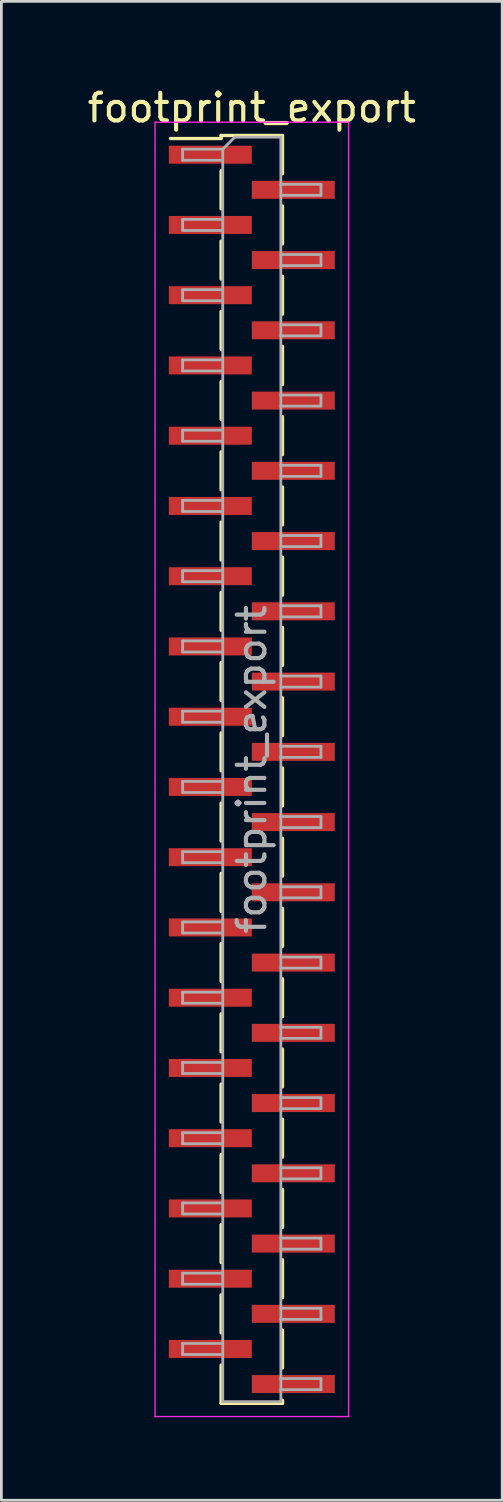
<source format=kicad_pcb>
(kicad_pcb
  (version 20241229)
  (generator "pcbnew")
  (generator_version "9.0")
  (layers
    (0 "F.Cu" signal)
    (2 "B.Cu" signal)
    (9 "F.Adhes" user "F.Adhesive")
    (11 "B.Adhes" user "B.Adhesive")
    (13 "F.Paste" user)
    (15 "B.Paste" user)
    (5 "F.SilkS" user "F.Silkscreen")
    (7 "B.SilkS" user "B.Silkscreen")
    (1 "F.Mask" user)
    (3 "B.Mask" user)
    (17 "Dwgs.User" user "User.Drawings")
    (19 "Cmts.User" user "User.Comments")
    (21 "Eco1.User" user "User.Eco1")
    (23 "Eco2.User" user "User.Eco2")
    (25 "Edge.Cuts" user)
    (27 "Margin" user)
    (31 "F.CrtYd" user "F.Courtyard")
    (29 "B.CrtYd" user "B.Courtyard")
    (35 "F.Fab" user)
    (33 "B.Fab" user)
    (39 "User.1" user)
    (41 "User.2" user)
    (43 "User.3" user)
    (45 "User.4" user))
  (footprint "footprint_export"
    (layer "F.Cu")
    (at 6.054 24.768)
    (property "Reference" "footprint_export" (at 0 -23.92 0) (layer "F.SilkS") (effects (font (size 1 1) (thickness 0.15))))
    (attr smd)
    (fp_line (start -1.11 -22.92) (end -1.11 -22.81) (stroke (width 0.12) (type solid)) (layer "F.SilkS"))
    (fp_line (start -1.11 -22.92) (end 1.11 -22.92) (stroke (width 0.12) (type solid)) (layer "F.SilkS"))
    (fp_line (start -1.11 -22.81) (end -2.94 -22.81) (stroke (width 0.12) (type solid)) (layer "F.SilkS"))
    (fp_line (start -1.11 -21.64) (end -1.11 -20.27) (stroke (width 0.12) (type solid)) (layer "F.SilkS"))
    (fp_line (start -1.11 -19.1) (end -1.11 -17.73) (stroke (width 0.12) (type solid)) (layer "F.SilkS"))
    (fp_line (start -1.11 -16.56) (end -1.11 -15.19) (stroke (width 0.12) (type solid)) (layer "F.SilkS"))
    (fp_line (start -1.11 -14.02) (end -1.11 -12.65) (stroke (width 0.12) (type solid)) (layer "F.SilkS"))
    (fp_line (start -1.11 -11.48) (end -1.11 -10.11) (stroke (width 0.12) (type solid)) (layer "F.SilkS"))
    (fp_line (start -1.11 -8.94) (end -1.11 -7.57) (stroke (width 0.12) (type solid)) (layer "F.SilkS"))
    (fp_line (start -1.11 -6.4) (end -1.11 -5.03) (stroke (width 0.12) (type solid)) (layer "F.SilkS"))
    (fp_line (start -1.11 -3.86) (end -1.11 -2.49) (stroke (width 0.12) (type solid)) (layer "F.SilkS"))
    (fp_line (start -1.11 -1.32) (end -1.11 0.05) (stroke (width 0.12) (type solid)) (layer "F.SilkS"))
    (fp_line (start -1.11 1.22) (end -1.11 2.59) (stroke (width 0.12) (type solid)) (layer "F.SilkS"))
    (fp_line (start -1.11 3.76) (end -1.11 5.13) (stroke (width 0.12) (type solid)) (layer "F.SilkS"))
    (fp_line (start -1.11 6.3) (end -1.11 7.67) (stroke (width 0.12) (type solid)) (layer "F.SilkS"))
    (fp_line (start -1.11 8.84) (end -1.11 10.21) (stroke (width 0.12) (type solid)) (layer "F.SilkS"))
    (fp_line (start -1.11 11.38) (end -1.11 12.75) (stroke (width 0.12) (type solid)) (layer "F.SilkS"))
    (fp_line (start -1.11 13.92) (end -1.11 15.29) (stroke (width 0.12) (type solid)) (layer "F.SilkS"))
    (fp_line (start -1.11 16.46) (end -1.11 17.83) (stroke (width 0.12) (type solid)) (layer "F.SilkS"))
    (fp_line (start -1.11 19) (end -1.11 20.37) (stroke (width 0.12) (type solid)) (layer "F.SilkS"))
    (fp_line (start -1.11 21.54) (end -1.11 22.91) (stroke (width 0.12) (type solid)) (layer "F.SilkS"))
    (fp_line (start -1.11 22.92) (end 1.11 22.92) (stroke (width 0.12) (type solid)) (layer "F.SilkS"))
    (fp_line (start 1.11 -22.91) (end 1.11 -21.54) (stroke (width 0.12) (type solid)) (layer "F.SilkS"))
    (fp_line (start 1.11 -20.37) (end 1.11 -19) (stroke (width 0.12) (type solid)) (layer "F.SilkS"))
    (fp_line (start 1.11 -17.83) (end 1.11 -16.46) (stroke (width 0.12) (type solid)) (layer "F.SilkS"))
    (fp_line (start 1.11 -15.29) (end 1.11 -13.92) (stroke (width 0.12) (type solid)) (layer "F.SilkS"))
    (fp_line (start 1.11 -12.75) (end 1.11 -11.38) (stroke (width 0.12) (type solid)) (layer "F.SilkS"))
    (fp_line (start 1.11 -10.21) (end 1.11 -8.84) (stroke (width 0.12) (type solid)) (layer "F.SilkS"))
    (fp_line (start 1.11 -7.67) (end 1.11 -6.3) (stroke (width 0.12) (type solid)) (layer "F.SilkS"))
    (fp_line (start 1.11 -5.13) (end 1.11 -3.76) (stroke (width 0.12) (type solid)) (layer "F.SilkS"))
    (fp_line (start 1.11 -2.59) (end 1.11 -1.22) (stroke (width 0.12) (type solid)) (layer "F.SilkS"))
    (fp_line (start 1.11 -0.05) (end 1.11 1.32) (stroke (width 0.12) (type solid)) (layer "F.SilkS"))
    (fp_line (start 1.11 2.49) (end 1.11 3.86) (stroke (width 0.12) (type solid)) (layer "F.SilkS"))
    (fp_line (start 1.11 5.03) (end 1.11 6.4) (stroke (width 0.12) (type solid)) (layer "F.SilkS"))
    (fp_line (start 1.11 7.57) (end 1.11 8.94) (stroke (width 0.12) (type solid)) (layer "F.SilkS"))
    (fp_line (start 1.11 10.11) (end 1.11 11.48) (stroke (width 0.12) (type solid)) (layer "F.SilkS"))
    (fp_line (start 1.11 12.65) (end 1.11 14.02) (stroke (width 0.12) (type solid)) (layer "F.SilkS"))
    (fp_line (start 1.11 15.19) (end 1.11 16.56) (stroke (width 0.12) (type solid)) (layer "F.SilkS"))
    (fp_line (start 1.11 17.73) (end 1.11 19.1) (stroke (width 0.12) (type solid)) (layer "F.SilkS"))
    (fp_line (start 1.11 20.27) (end 1.11 21.64) (stroke (width 0.12) (type solid)) (layer "F.SilkS"))
    (fp_line (start 1.11 22.81) (end 1.11 22.92) (stroke (width 0.12) (type solid)) (layer "F.SilkS"))
    (fp_line (start -3.5 -23.4) (end -3.5 23.4) (stroke (width 0.05) (type solid)) (layer "F.CrtYd"))
    (fp_line (start -3.5 23.4) (end 3.5 23.4) (stroke (width 0.05) (type solid)) (layer "F.CrtYd"))
    (fp_line (start 3.5 -23.4) (end -3.5 -23.4) (stroke (width 0.05) (type solid)) (layer "F.CrtYd"))
    (fp_line (start 3.5 23.4) (end 3.5 -23.4) (stroke (width 0.05) (type solid)) (layer "F.CrtYd"))
    (fp_line (start -2.5 -22.425) (end -2.5 -22.025) (stroke (width 0.1) (type solid)) (layer "F.Fab"))
    (fp_line (start -2.5 -22.025) (end -1.05 -22.025) (stroke (width 0.1) (type solid)) (layer "F.Fab"))
    (fp_line (start -2.5 -19.885) (end -2.5 -19.485) (stroke (width 0.1) (type solid)) (layer "F.Fab"))
    (fp_line (start -2.5 -19.485) (end -1.05 -19.485) (stroke (width 0.1) (type solid)) (layer "F.Fab"))
    (fp_line (start -2.5 -17.345) (end -2.5 -16.945) (stroke (width 0.1) (type solid)) (layer "F.Fab"))
    (fp_line (start -2.5 -16.945) (end -1.05 -16.945) (stroke (width 0.1) (type solid)) (layer "F.Fab"))
    (fp_line (start -2.5 -14.805) (end -2.5 -14.405) (stroke (width 0.1) (type solid)) (layer "F.Fab"))
    (fp_line (start -2.5 -14.405) (end -1.05 -14.405) (stroke (width 0.1) (type solid)) (layer "F.Fab"))
    (fp_line (start -2.5 -12.265) (end -2.5 -11.865) (stroke (width 0.1) (type solid)) (layer "F.Fab"))
    (fp_line (start -2.5 -11.865) (end -1.05 -11.865) (stroke (width 0.1) (type solid)) (layer "F.Fab"))
    (fp_line (start -2.5 -9.725) (end -2.5 -9.325) (stroke (width 0.1) (type solid)) (layer "F.Fab"))
    (fp_line (start -2.5 -9.325) (end -1.05 -9.325) (stroke (width 0.1) (type solid)) (layer "F.Fab"))
    (fp_line (start -2.5 -7.185) (end -2.5 -6.785) (stroke (width 0.1) (type solid)) (layer "F.Fab"))
    (fp_line (start -2.5 -6.785) (end -1.05 -6.785) (stroke (width 0.1) (type solid)) (layer "F.Fab"))
    (fp_line (start -2.5 -4.645) (end -2.5 -4.245) (stroke (width 0.1) (type solid)) (layer "F.Fab"))
    (fp_line (start -2.5 -4.245) (end -1.05 -4.245) (stroke (width 0.1) (type solid)) (layer "F.Fab"))
    (fp_line (start -2.5 -2.105) (end -2.5 -1.705) (stroke (width 0.1) (type solid)) (layer "F.Fab"))
    (fp_line (start -2.5 -1.705) (end -1.05 -1.705) (stroke (width 0.1) (type solid)) (layer "F.Fab"))
    (fp_line (start -2.5 0.435) (end -2.5 0.835) (stroke (width 0.1) (type solid)) (layer "F.Fab"))
    (fp_line (start -2.5 0.835) (end -1.05 0.835) (stroke (width 0.1) (type solid)) (layer "F.Fab"))
    (fp_line (start -2.5 2.975) (end -2.5 3.375) (stroke (width 0.1) (type solid)) (layer "F.Fab"))
    (fp_line (start -2.5 3.375) (end -1.05 3.375) (stroke (width 0.1) (type solid)) (layer "F.Fab"))
    (fp_line (start -2.5 5.515) (end -2.5 5.915) (stroke (width 0.1) (type solid)) (layer "F.Fab"))
    (fp_line (start -2.5 5.915) (end -1.05 5.915) (stroke (width 0.1) (type solid)) (layer "F.Fab"))
    (fp_line (start -2.5 8.055) (end -2.5 8.455) (stroke (width 0.1) (type solid)) (layer "F.Fab"))
    (fp_line (start -2.5 8.455) (end -1.05 8.455) (stroke (width 0.1) (type solid)) (layer "F.Fab"))
    (fp_line (start -2.5 10.595) (end -2.5 10.995) (stroke (width 0.1) (type solid)) (layer "F.Fab"))
    (fp_line (start -2.5 10.995) (end -1.05 10.995) (stroke (width 0.1) (type solid)) (layer "F.Fab"))
    (fp_line (start -2.5 13.135) (end -2.5 13.535) (stroke (width 0.1) (type solid)) (layer "F.Fab"))
    (fp_line (start -2.5 13.535) (end -1.05 13.535) (stroke (width 0.1) (type solid)) (layer "F.Fab"))
    (fp_line (start -2.5 15.675) (end -2.5 16.075) (stroke (width 0.1) (type solid)) (layer "F.Fab"))
    (fp_line (start -2.5 16.075) (end -1.05 16.075) (stroke (width 0.1) (type solid)) (layer "F.Fab"))
    (fp_line (start -2.5 18.215) (end -2.5 18.615) (stroke (width 0.1) (type solid)) (layer "F.Fab"))
    (fp_line (start -2.5 18.615) (end -1.05 18.615) (stroke (width 0.1) (type solid)) (layer "F.Fab"))
    (fp_line (start -2.5 20.755) (end -2.5 21.155) (stroke (width 0.1) (type solid)) (layer "F.Fab"))
    (fp_line (start -2.5 21.155) (end -1.05 21.155) (stroke (width 0.1) (type solid)) (layer "F.Fab"))
    (fp_line (start -1.05 -22.425) (end -2.5 -22.425) (stroke (width 0.1) (type solid)) (layer "F.Fab"))
    (fp_line (start -1.05 -22.425) (end -0.615 -22.86) (stroke (width 0.1) (type solid)) (layer "F.Fab"))
    (fp_line (start -1.05 -19.885) (end -2.5 -19.885) (stroke (width 0.1) (type solid)) (layer "F.Fab"))
    (fp_line (start -1.05 -17.345) (end -2.5 -17.345) (stroke (width 0.1) (type solid)) (layer "F.Fab"))
    (fp_line (start -1.05 -14.805) (end -2.5 -14.805) (stroke (width 0.1) (type solid)) (layer "F.Fab"))
    (fp_line (start -1.05 -12.265) (end -2.5 -12.265) (stroke (width 0.1) (type solid)) (layer "F.Fab"))
    (fp_line (start -1.05 -9.725) (end -2.5 -9.725) (stroke (width 0.1) (type solid)) (layer "F.Fab"))
    (fp_line (start -1.05 -7.185) (end -2.5 -7.185) (stroke (width 0.1) (type solid)) (layer "F.Fab"))
    (fp_line (start -1.05 -4.645) (end -2.5 -4.645) (stroke (width 0.1) (type solid)) (layer "F.Fab"))
    (fp_line (start -1.05 -2.105) (end -2.5 -2.105) (stroke (width 0.1) (type solid)) (layer "F.Fab"))
    (fp_line (start -1.05 0.435) (end -2.5 0.435) (stroke (width 0.1) (type solid)) (layer "F.Fab"))
    (fp_line (start -1.05 2.975) (end -2.5 2.975) (stroke (width 0.1) (type solid)) (layer "F.Fab"))
    (fp_line (start -1.05 5.515) (end -2.5 5.515) (stroke (width 0.1) (type solid)) (layer "F.Fab"))
    (fp_line (start -1.05 8.055) (end -2.5 8.055) (stroke (width 0.1) (type solid)) (layer "F.Fab"))
    (fp_line (start -1.05 10.595) (end -2.5 10.595) (stroke (width 0.1) (type solid)) (layer "F.Fab"))
    (fp_line (start -1.05 13.135) (end -2.5 13.135) (stroke (width 0.1) (type solid)) (layer "F.Fab"))
    (fp_line (start -1.05 15.675) (end -2.5 15.675) (stroke (width 0.1) (type solid)) (layer "F.Fab"))
    (fp_line (start -1.05 18.215) (end -2.5 18.215) (stroke (width 0.1) (type solid)) (layer "F.Fab"))
    (fp_line (start -1.05 20.755) (end -2.5 20.755) (stroke (width 0.1) (type solid)) (layer "F.Fab"))
    (fp_line (start -1.05 22.86) (end -1.05 -22.425) (stroke (width 0.1) (type solid)) (layer "F.Fab"))
    (fp_line (start -0.615 -22.86) (end 1.05 -22.86) (stroke (width 0.1) (type solid)) (layer "F.Fab"))
    (fp_line (start 1.05 -22.86) (end 1.05 22.86) (stroke (width 0.1) (type solid)) (layer "F.Fab"))
    (fp_line (start 1.05 -21.155) (end 2.5 -21.155) (stroke (width 0.1) (type solid)) (layer "F.Fab"))
    (fp_line (start 1.05 -18.615) (end 2.5 -18.615) (stroke (width 0.1) (type solid)) (layer "F.Fab"))
    (fp_line (start 1.05 -16.075) (end 2.5 -16.075) (stroke (width 0.1) (type solid)) (layer "F.Fab"))
    (fp_line (start 1.05 -13.535) (end 2.5 -13.535) (stroke (width 0.1) (type solid)) (layer "F.Fab"))
    (fp_line (start 1.05 -10.995) (end 2.5 -10.995) (stroke (width 0.1) (type solid)) (layer "F.Fab"))
    (fp_line (start 1.05 -8.455) (end 2.5 -8.455) (stroke (width 0.1) (type solid)) (layer "F.Fab"))
    (fp_line (start 1.05 -5.915) (end 2.5 -5.915) (stroke (width 0.1) (type solid)) (layer "F.Fab"))
    (fp_line (start 1.05 -3.375) (end 2.5 -3.375) (stroke (width 0.1) (type solid)) (layer "F.Fab"))
    (fp_line (start 1.05 -0.835) (end 2.5 -0.835) (stroke (width 0.1) (type solid)) (layer "F.Fab"))
    (fp_line (start 1.05 1.705) (end 2.5 1.705) (stroke (width 0.1) (type solid)) (layer "F.Fab"))
    (fp_line (start 1.05 4.245) (end 2.5 4.245) (stroke (width 0.1) (type solid)) (layer "F.Fab"))
    (fp_line (start 1.05 6.785) (end 2.5 6.785) (stroke (width 0.1) (type solid)) (layer "F.Fab"))
    (fp_line (start 1.05 9.325) (end 2.5 9.325) (stroke (width 0.1) (type solid)) (layer "F.Fab"))
    (fp_line (start 1.05 11.865) (end 2.5 11.865) (stroke (width 0.1) (type solid)) (layer "F.Fab"))
    (fp_line (start 1.05 14.405) (end 2.5 14.405) (stroke (width 0.1) (type solid)) (layer "F.Fab"))
    (fp_line (start 1.05 16.945) (end 2.5 16.945) (stroke (width 0.1) (type solid)) (layer "F.Fab"))
    (fp_line (start 1.05 19.485) (end 2.5 19.485) (stroke (width 0.1) (type solid)) (layer "F.Fab"))
    (fp_line (start 1.05 22.025) (end 2.5 22.025) (stroke (width 0.1) (type solid)) (layer "F.Fab"))
    (fp_line (start 1.05 22.86) (end -1.05 22.86) (stroke (width 0.1) (type solid)) (layer "F.Fab"))
    (fp_line (start 2.5 -21.155) (end 2.5 -20.755) (stroke (width 0.1) (type solid)) (layer "F.Fab"))
    (fp_line (start 2.5 -20.755) (end 1.05 -20.755) (stroke (width 0.1) (type solid)) (layer "F.Fab"))
    (fp_line (start 2.5 -18.615) (end 2.5 -18.215) (stroke (width 0.1) (type solid)) (layer "F.Fab"))
    (fp_line (start 2.5 -18.215) (end 1.05 -18.215) (stroke (width 0.1) (type solid)) (layer "F.Fab"))
    (fp_line (start 2.5 -16.075) (end 2.5 -15.675) (stroke (width 0.1) (type solid)) (layer "F.Fab"))
    (fp_line (start 2.5 -15.675) (end 1.05 -15.675) (stroke (width 0.1) (type solid)) (layer "F.Fab"))
    (fp_line (start 2.5 -13.535) (end 2.5 -13.135) (stroke (width 0.1) (type solid)) (layer "F.Fab"))
    (fp_line (start 2.5 -13.135) (end 1.05 -13.135) (stroke (width 0.1) (type solid)) (layer "F.Fab"))
    (fp_line (start 2.5 -10.995) (end 2.5 -10.595) (stroke (width 0.1) (type solid)) (layer "F.Fab"))
    (fp_line (start 2.5 -10.595) (end 1.05 -10.595) (stroke (width 0.1) (type solid)) (layer "F.Fab"))
    (fp_line (start 2.5 -8.455) (end 2.5 -8.055) (stroke (width 0.1) (type solid)) (layer "F.Fab"))
    (fp_line (start 2.5 -8.055) (end 1.05 -8.055) (stroke (width 0.1) (type solid)) (layer "F.Fab"))
    (fp_line (start 2.5 -5.915) (end 2.5 -5.515) (stroke (width 0.1) (type solid)) (layer "F.Fab"))
    (fp_line (start 2.5 -5.515) (end 1.05 -5.515) (stroke (width 0.1) (type solid)) (layer "F.Fab"))
    (fp_line (start 2.5 -3.375) (end 2.5 -2.975) (stroke (width 0.1) (type solid)) (layer "F.Fab"))
    (fp_line (start 2.5 -2.975) (end 1.05 -2.975) (stroke (width 0.1) (type solid)) (layer "F.Fab"))
    (fp_line (start 2.5 -0.835) (end 2.5 -0.435) (stroke (width 0.1) (type solid)) (layer "F.Fab"))
    (fp_line (start 2.5 -0.435) (end 1.05 -0.435) (stroke (width 0.1) (type solid)) (layer "F.Fab"))
    (fp_line (start 2.5 1.705) (end 2.5 2.105) (stroke (width 0.1) (type solid)) (layer "F.Fab"))
    (fp_line (start 2.5 2.105) (end 1.05 2.105) (stroke (width 0.1) (type solid)) (layer "F.Fab"))
    (fp_line (start 2.5 4.245) (end 2.5 4.645) (stroke (width 0.1) (type solid)) (layer "F.Fab"))
    (fp_line (start 2.5 4.645) (end 1.05 4.645) (stroke (width 0.1) (type solid)) (layer "F.Fab"))
    (fp_line (start 2.5 6.785) (end 2.5 7.185) (stroke (width 0.1) (type solid)) (layer "F.Fab"))
    (fp_line (start 2.5 7.185) (end 1.05 7.185) (stroke (width 0.1) (type solid)) (layer "F.Fab"))
    (fp_line (start 2.5 9.325) (end 2.5 9.725) (stroke (width 0.1) (type solid)) (layer "F.Fab"))
    (fp_line (start 2.5 9.725) (end 1.05 9.725) (stroke (width 0.1) (type solid)) (layer "F.Fab"))
    (fp_line (start 2.5 11.865) (end 2.5 12.265) (stroke (width 0.1) (type solid)) (layer "F.Fab"))
    (fp_line (start 2.5 12.265) (end 1.05 12.265) (stroke (width 0.1) (type solid)) (layer "F.Fab"))
    (fp_line (start 2.5 14.405) (end 2.5 14.805) (stroke (width 0.1) (type solid)) (layer "F.Fab"))
    (fp_line (start 2.5 14.805) (end 1.05 14.805) (stroke (width 0.1) (type solid)) (layer "F.Fab"))
    (fp_line (start 2.5 16.945) (end 2.5 17.345) (stroke (width 0.1) (type solid)) (layer "F.Fab"))
    (fp_line (start 2.5 17.345) (end 1.05 17.345) (stroke (width 0.1) (type solid)) (layer "F.Fab"))
    (fp_line (start 2.5 19.485) (end 2.5 19.885) (stroke (width 0.1) (type solid)) (layer "F.Fab"))
    (fp_line (start 2.5 19.885) (end 1.05 19.885) (stroke (width 0.1) (type solid)) (layer "F.Fab"))
    (fp_line (start 2.5 22.025) (end 2.5 22.425) (stroke (width 0.1) (type solid)) (layer "F.Fab"))
    (fp_line (start 2.5 22.425) (end 1.05 22.425) (stroke (width 0.1) (type solid)) (layer "F.Fab"))
    (fp_text user "${REFERENCE}" (at 0 0 90) (layer "F.Fab") (effects (font (size 1 1) (thickness 0.15))))
    (pad "1" smd rect (at -1.5 -22.225) (size 3 0.65) (layers "F.Cu" "F.Mask" "F.Paste"))
    (pad "2" smd rect (at 1.5 -20.955) (size 3 0.65) (layers "F.Cu" "F.Mask" "F.Paste"))
    (pad "3" smd rect (at -1.5 -19.685) (size 3 0.65) (layers "F.Cu" "F.Mask" "F.Paste"))
    (pad "4" smd rect (at 1.5 -18.415) (size 3 0.65) (layers "F.Cu" "F.Mask" "F.Paste"))
    (pad "5" smd rect (at -1.5 -17.145) (size 3 0.65) (layers "F.Cu" "F.Mask" "F.Paste"))
    (pad "6" smd rect (at 1.5 -15.875) (size 3 0.65) (layers "F.Cu" "F.Mask" "F.Paste"))
    (pad "7" smd rect (at -1.5 -14.605) (size 3 0.65) (layers "F.Cu" "F.Mask" "F.Paste"))
    (pad "8" smd rect (at 1.5 -13.335) (size 3 0.65) (layers "F.Cu" "F.Mask" "F.Paste"))
    (pad "9" smd rect (at -1.5 -12.065) (size 3 0.65) (layers "F.Cu" "F.Mask" "F.Paste"))
    (pad "10" smd rect (at 1.5 -10.795) (size 3 0.65) (layers "F.Cu" "F.Mask" "F.Paste"))
    (pad "11" smd rect (at -1.5 -9.525) (size 3 0.65) (layers "F.Cu" "F.Mask" "F.Paste"))
    (pad "12" smd rect (at 1.5 -8.255) (size 3 0.65) (layers "F.Cu" "F.Mask" "F.Paste"))
    (pad "13" smd rect (at -1.5 -6.985) (size 3 0.65) (layers "F.Cu" "F.Mask" "F.Paste"))
    (pad "14" smd rect (at 1.5 -5.715) (size 3 0.65) (layers "F.Cu" "F.Mask" "F.Paste"))
    (pad "15" smd rect (at -1.5 -4.445) (size 3 0.65) (layers "F.Cu" "F.Mask" "F.Paste"))
    (pad "16" smd rect (at 1.5 -3.175) (size 3 0.65) (layers "F.Cu" "F.Mask" "F.Paste"))
    (pad "17" smd rect (at -1.5 -1.905) (size 3 0.65) (layers "F.Cu" "F.Mask" "F.Paste"))
    (pad "18" smd rect (at 1.5 -0.635) (size 3 0.65) (layers "F.Cu" "F.Mask" "F.Paste"))
    (pad "19" smd rect (at -1.5 0.635) (size 3 0.65) (layers "F.Cu" "F.Mask" "F.Paste"))
    (pad "20" smd rect (at 1.5 1.905) (size 3 0.65) (layers "F.Cu" "F.Mask" "F.Paste"))
    (pad "21" smd rect (at -1.5 3.175) (size 3 0.65) (layers "F.Cu" "F.Mask" "F.Paste"))
    (pad "22" smd rect (at 1.5 4.445) (size 3 0.65) (layers "F.Cu" "F.Mask" "F.Paste"))
    (pad "23" smd rect (at -1.5 5.715) (size 3 0.65) (layers "F.Cu" "F.Mask" "F.Paste"))
    (pad "24" smd rect (at 1.5 6.985) (size 3 0.65) (layers "F.Cu" "F.Mask" "F.Paste"))
    (pad "25" smd rect (at -1.5 8.255) (size 3 0.65) (layers "F.Cu" "F.Mask" "F.Paste"))
    (pad "26" smd rect (at 1.5 9.525) (size 3 0.65) (layers "F.Cu" "F.Mask" "F.Paste"))
    (pad "27" smd rect (at -1.5 10.795) (size 3 0.65) (layers "F.Cu" "F.Mask" "F.Paste"))
    (pad "28" smd rect (at 1.5 12.065) (size 3 0.65) (layers "F.Cu" "F.Mask" "F.Paste"))
    (pad "29" smd rect (at -1.5 13.335) (size 3 0.65) (layers "F.Cu" "F.Mask" "F.Paste"))
    (pad "30" smd rect (at 1.5 14.605) (size 3 0.65) (layers "F.Cu" "F.Mask" "F.Paste"))
    (pad "31" smd rect (at -1.5 15.875) (size 3 0.65) (layers "F.Cu" "F.Mask" "F.Paste"))
    (pad "32" smd rect (at 1.5 17.145) (size 3 0.65) (layers "F.Cu" "F.Mask" "F.Paste"))
    (pad "33" smd rect (at -1.5 18.415) (size 3 0.65) (layers "F.Cu" "F.Mask" "F.Paste"))
    (pad "34" smd rect (at 1.5 19.685) (size 3 0.65) (layers "F.Cu" "F.Mask" "F.Paste"))
    (pad "35" smd rect (at -1.5 20.955) (size 3 0.65) (layers "F.Cu" "F.Mask" "F.Paste"))
    (pad "36" smd rect (at 1.5 22.225) (size 3 0.65) (layers "F.Cu" "F.Mask" "F.Paste")))
  (gr_rect
    (start -3 -3)
    (end 15.107 51.193)
    (stroke (width 0.1) (type default))
    (fill no)
    (layer "Edge.Cuts")))
</source>
